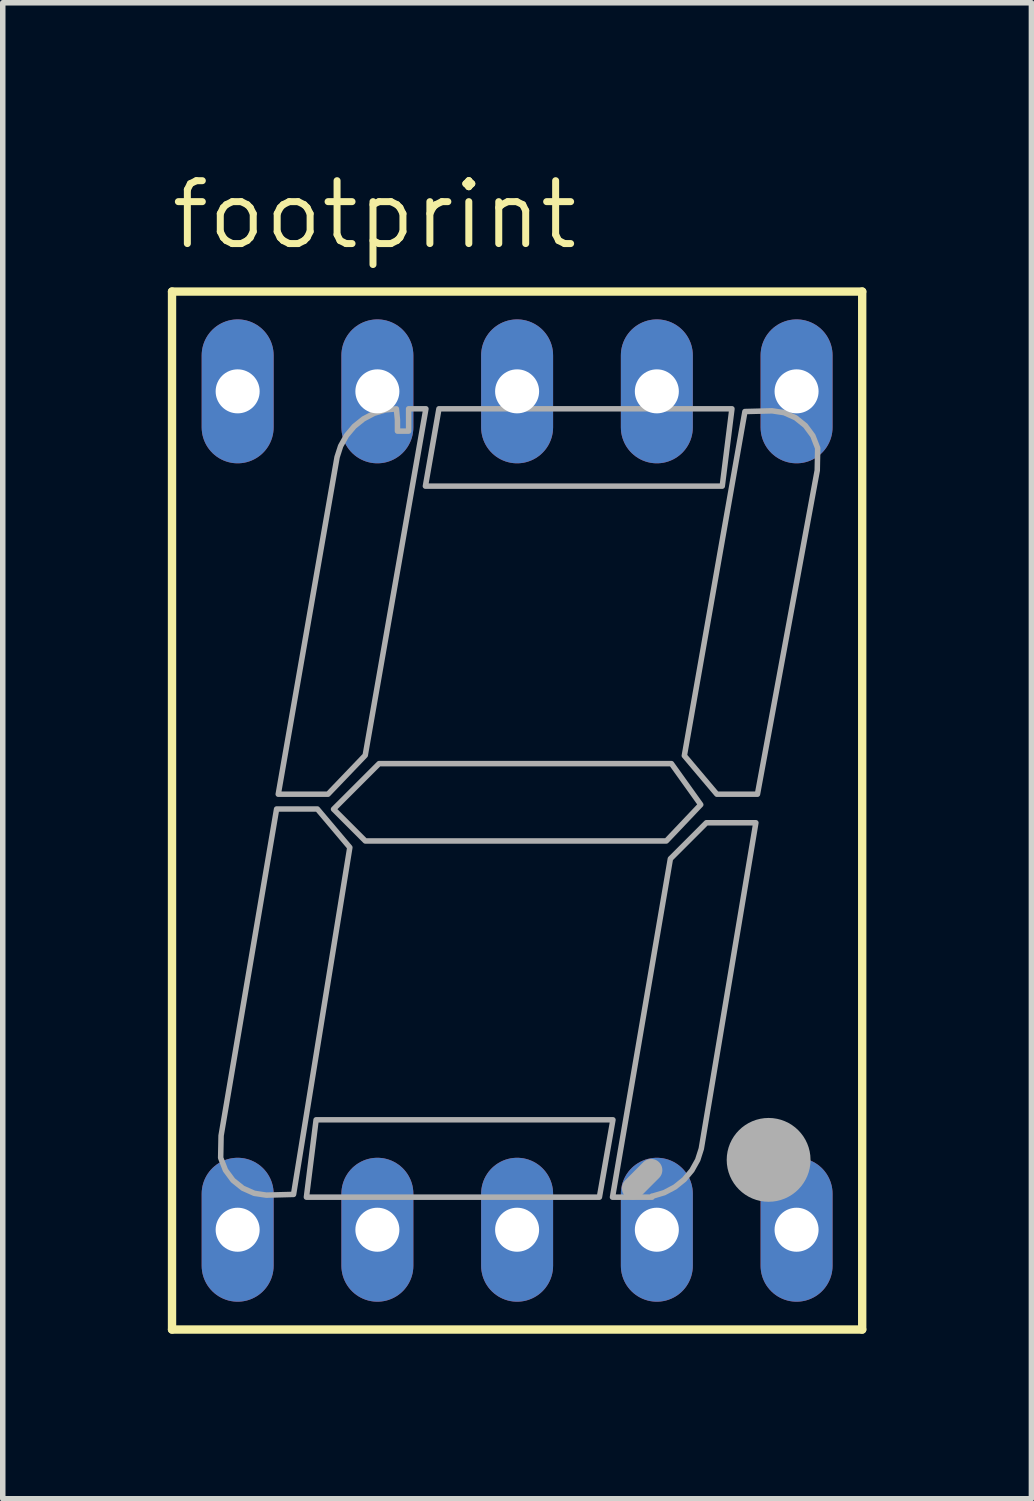
<source format=kicad_pcb>
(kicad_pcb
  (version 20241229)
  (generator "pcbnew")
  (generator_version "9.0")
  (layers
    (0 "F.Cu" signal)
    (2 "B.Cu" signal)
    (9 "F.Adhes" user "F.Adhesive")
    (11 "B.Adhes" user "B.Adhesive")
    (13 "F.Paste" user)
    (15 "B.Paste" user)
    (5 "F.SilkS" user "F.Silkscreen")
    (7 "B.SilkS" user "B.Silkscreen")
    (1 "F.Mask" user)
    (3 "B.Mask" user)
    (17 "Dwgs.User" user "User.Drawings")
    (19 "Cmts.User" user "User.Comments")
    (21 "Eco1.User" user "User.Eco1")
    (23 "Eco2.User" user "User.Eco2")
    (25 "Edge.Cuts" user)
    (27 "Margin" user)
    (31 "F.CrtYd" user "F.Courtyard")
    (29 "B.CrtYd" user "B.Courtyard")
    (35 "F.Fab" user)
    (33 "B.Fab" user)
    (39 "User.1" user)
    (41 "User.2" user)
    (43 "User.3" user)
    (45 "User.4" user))
  (footprint "footprint"
    (layer "F.Cu")
    (at 6.35 11.684)
    (property "Reference" "footprint" (at -6.35 -10.16 0) (layer "F.SilkS") (effects (font (size 1.143 1.143) (thickness 0.127)) (justify left bottom)))
    (fp_line (start -6.273 -9.434) (end -6.273 9.434) (stroke (width 0.152) (type solid)) (layer "F.SilkS"))
    (fp_line (start -6.273 -9.434) (end 6.273 -9.434) (stroke (width 0.152) (type solid)) (layer "F.SilkS"))
    (fp_line (start 6.273 9.434) (end -6.273 9.434) (stroke (width 0.152) (type solid)) (layer "F.SilkS"))
    (fp_line (start 6.273 9.434) (end 6.273 -9.434) (stroke (width 0.152) (type solid)) (layer "F.SilkS"))
    (fp_line (start 2.437 6.536) (end 2.107 6.866) (stroke (width 0.406) (type solid)) (layer "F.Fab"))
    (fp_circle (center 4.572 6.35) (end 4.953 6.35) (stroke (width 0.762) (type solid)) (fill no) (layer "F.Fab"))
    (fp_poly (pts (xy 1.496 7.028) (xy -3.83 7.028) (xy -3.654 5.622) (xy 1.742 5.622)) (stroke (width 0.1) (type solid)) (fill no) (layer "F.Fab"))
    (fp_poly (pts (xy 3.729 -5.897) (xy -1.667 -5.897) (xy -1.421 -7.303) (xy 3.905 -7.303)) (stroke (width 0.1) (type solid)) (fill no) (layer "F.Fab"))
    (fp_poly (pts (xy 3.338 -0.107) (xy 2.712 0.553) (xy -2.759 0.553) (xy -3.337 -0.025) (xy -2.509 -0.853) (xy 2.805 -0.853)) (stroke (width 0.1) (type solid)) (fill no) (layer "F.Fab"))
    (fp_poly (pts (xy -3.041 0.671) (xy -4.064 6.978) (xy -4.56 6.991) (xy -4.778 6.958) (xy -4.987 6.865) (xy -5.165 6.722) (xy -5.301 6.538) (xy -5.389 6.313) (xy -5.381 5.91) (xy -4.372 -0.028) (xy -3.631 -0.028)) (stroke (width 0.1) (type solid)) (fill no) (layer "F.Fab"))
    (fp_poly (pts (xy 4.853 -7.233) (xy 5.062 -7.14) (xy 5.24 -6.997) (xy 5.376 -6.813) (xy 5.464 -6.588) (xy 5.456 -6.183) (xy 4.369 -0.297) (xy 3.631 -0.297) (xy 3.04 -0.997) (xy 4.141 -7.253) (xy 4.635 -7.266)) (stroke (width 0.1) (type solid)) (fill no) (layer "F.Fab"))
    (fp_poly (pts (xy 3.348 6.148) (xy 3.283 6.351) (xy 3.177 6.541) (xy 3.037 6.708) (xy 2.868 6.844) (xy 2.675 6.946) (xy 2.467 7.008) (xy 2.453 7.009) (xy 2.453 7.028) (xy 1.734 7.028) (xy 2.786 0.877) (xy 3.441 0.222) (xy 4.34 0.222)) (stroke (width 0.1) (type solid)) (fill no) (layer "F.Fab"))
    (fp_poly (pts (xy -2.761 -1.004) (xy -3.438 -0.297) (xy -4.342 -0.297) (xy -3.273 -6.424) (xy -3.208 -6.626) (xy -3.102 -6.816) (xy -2.962 -6.983) (xy -2.793 -7.119) (xy -2.6 -7.221) (xy -2.392 -7.283) (xy -2.195 -7.302) (xy -2.175 -7.1) (xy -2.175 -6.897) (xy -1.972 -6.897) (xy -1.972 -7.303) (xy -1.658 -7.303)) (stroke (width 0.1) (type solid)) (fill no) (layer "F.Fab"))
    (pad "1" thru_hole oval (at -5.08 7.62 90) (size 2.616 1.308) (drill 0.8) (layers "*.Cu" "*.Mask"))
    (pad "2" thru_hole oval (at -2.54 7.62 90) (size 2.616 1.308) (drill 0.8) (layers "*.Cu" "*.Mask"))
    (pad "3" thru_hole oval (at 0 7.62 90) (size 2.616 1.308) (drill 0.8) (layers "*.Cu" "*.Mask"))
    (pad "4" thru_hole oval (at 2.54 7.62 90) (size 2.616 1.308) (drill 0.8) (layers "*.Cu" "*.Mask"))
    (pad "5" thru_hole oval (at 5.08 7.62 90) (size 2.616 1.308) (drill 0.8) (layers "*.Cu" "*.Mask"))
    (pad "6" thru_hole oval (at 5.08 -7.62 90) (size 2.616 1.308) (drill 0.8) (layers "*.Cu" "*.Mask"))
    (pad "7" thru_hole oval (at 2.54 -7.62 90) (size 2.616 1.308) (drill 0.8) (layers "*.Cu" "*.Mask"))
    (pad "8" thru_hole oval (at 0 -7.62 90) (size 2.616 1.308) (drill 0.8) (layers "*.Cu" "*.Mask"))
    (pad "9" thru_hole oval (at -2.54 -7.62 90) (size 2.616 1.308) (drill 0.8) (layers "*.Cu" "*.Mask"))
    (pad "10" thru_hole oval (at -5.08 -7.62 90) (size 2.616 1.308) (drill 0.8) (layers "*.Cu" "*.Mask")))
  (gr_rect
    (start -3 -3)
    (end 15.699 24.194)
    (stroke (width 0.1) (type default))
    (fill no)
    (layer "Edge.Cuts")))
</source>
